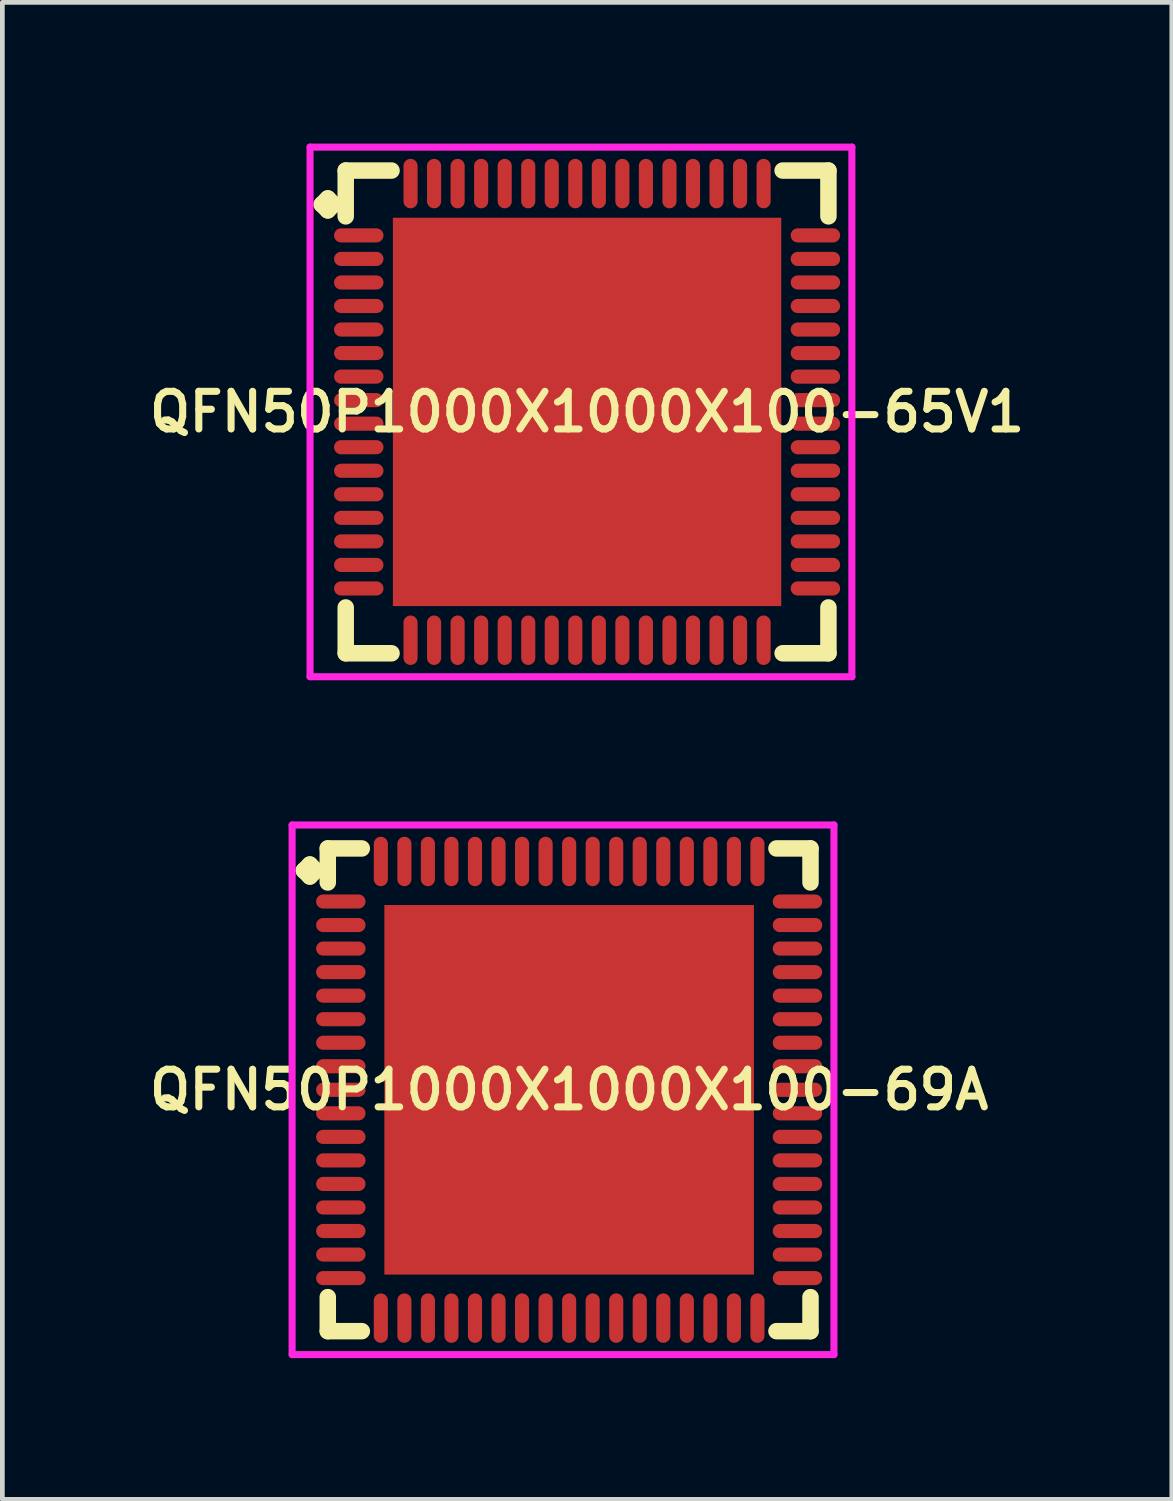
<source format=kicad_pcb>
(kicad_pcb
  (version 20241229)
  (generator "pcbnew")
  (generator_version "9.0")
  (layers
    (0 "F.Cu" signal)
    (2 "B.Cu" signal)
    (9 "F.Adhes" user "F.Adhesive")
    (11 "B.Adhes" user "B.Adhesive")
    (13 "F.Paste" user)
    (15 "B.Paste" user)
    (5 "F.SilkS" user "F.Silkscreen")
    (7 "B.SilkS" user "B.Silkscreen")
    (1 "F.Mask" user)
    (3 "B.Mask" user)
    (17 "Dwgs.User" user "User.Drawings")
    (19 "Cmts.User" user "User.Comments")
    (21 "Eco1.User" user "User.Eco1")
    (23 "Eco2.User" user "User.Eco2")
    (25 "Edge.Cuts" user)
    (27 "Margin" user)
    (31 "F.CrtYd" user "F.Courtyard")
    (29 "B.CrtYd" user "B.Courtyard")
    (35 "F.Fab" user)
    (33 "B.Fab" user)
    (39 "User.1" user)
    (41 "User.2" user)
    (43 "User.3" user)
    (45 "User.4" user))
  (footprint "QFN50P1000X1000X100-69A"
    (layer "F.Cu")
    (at 9.04 20.1)
    (property "Reference" "QFN50P1000X1000X100-69A" (at 0 0 0) (layer "F.SilkS") (effects (font (size 0.8 0.8) (thickness 0.15))))
    (attr smd)
    (fp_line (start -5.635 -4.658) (end -5.508 -4.785) (stroke (width 0.35) (type solid)) (layer "F.SilkS"))
    (fp_line (start -5.508 -4.785) (end -5.381 -4.658) (stroke (width 0.35) (type solid)) (layer "F.SilkS"))
    (fp_line (start -5.508 -4.531) (end -5.635 -4.658) (stroke (width 0.35) (type solid)) (layer "F.SilkS"))
    (fp_line (start -5.381 -4.658) (end -5.508 -4.531) (stroke (width 0.35) (type solid)) (layer "F.SilkS"))
    (fp_line (start -5.127 -5.127) (end -4.404 -5.127) (stroke (width 0.35) (type solid)) (layer "F.SilkS"))
    (fp_line (start -5.127 -4.404) (end -5.127 -5.127) (stroke (width 0.35) (type solid)) (layer "F.SilkS"))
    (fp_line (start -5.127 4.404) (end -5.127 5.127) (stroke (width 0.35) (type solid)) (layer "F.SilkS"))
    (fp_line (start -5.127 5.127) (end -4.404 5.127) (stroke (width 0.35) (type solid)) (layer "F.SilkS"))
    (fp_line (start 4.404 -5.127) (end 5.127 -5.127) (stroke (width 0.35) (type solid)) (layer "F.SilkS"))
    (fp_line (start 4.404 5.127) (end 5.127 5.127) (stroke (width 0.35) (type solid)) (layer "F.SilkS"))
    (fp_line (start 5.127 -5.127) (end 5.127 -4.404) (stroke (width 0.35) (type solid)) (layer "F.SilkS"))
    (fp_line (start 5.127 5.127) (end 5.127 4.404) (stroke (width 0.35) (type solid)) (layer "F.SilkS"))
    (fp_line (start -5.885 -5.625) (end 5.625 -5.625) (stroke (width 0.15) (type solid)) (layer "F.CrtYd"))
    (fp_line (start -5.885 5.625) (end -5.885 -5.625) (stroke (width 0.15) (type solid)) (layer "F.CrtYd"))
    (fp_line (start 5.625 -5.625) (end 5.625 5.625) (stroke (width 0.15) (type solid)) (layer "F.CrtYd"))
    (fp_line (start 5.625 5.625) (end -5.885 5.625) (stroke (width 0.15) (type solid)) (layer "F.CrtYd"))
    (pad "1" smd oval (at -4.85 -4) (size 1.05 0.3) (layers "F.Cu" "F.Mask" "F.Paste"))
    (pad "2" smd oval (at -4.85 -3.5) (size 1.05 0.3) (layers "F.Cu" "F.Mask" "F.Paste"))
    (pad "3" smd oval (at -4.85 -3) (size 1.05 0.3) (layers "F.Cu" "F.Mask" "F.Paste"))
    (pad "4" smd oval (at -4.85 -2.5) (size 1.05 0.3) (layers "F.Cu" "F.Mask" "F.Paste"))
    (pad "5" smd oval (at -4.85 -2) (size 1.05 0.3) (layers "F.Cu" "F.Mask" "F.Paste"))
    (pad "6" smd oval (at -4.85 -1.5) (size 1.05 0.3) (layers "F.Cu" "F.Mask" "F.Paste"))
    (pad "7" smd oval (at -4.85 -1) (size 1.05 0.3) (layers "F.Cu" "F.Mask" "F.Paste"))
    (pad "8" smd oval (at -4.85 -0.5) (size 1.05 0.3) (layers "F.Cu" "F.Mask" "F.Paste"))
    (pad "9" smd oval (at -4.85 0) (size 1.05 0.3) (layers "F.Cu" "F.Mask" "F.Paste"))
    (pad "10" smd oval (at -4.85 0.5) (size 1.05 0.3) (layers "F.Cu" "F.Mask" "F.Paste"))
    (pad "11" smd oval (at -4.85 1) (size 1.05 0.3) (layers "F.Cu" "F.Mask" "F.Paste"))
    (pad "12" smd oval (at -4.85 1.5) (size 1.05 0.3) (layers "F.Cu" "F.Mask" "F.Paste"))
    (pad "13" smd oval (at -4.85 2) (size 1.05 0.3) (layers "F.Cu" "F.Mask" "F.Paste"))
    (pad "14" smd oval (at -4.85 2.5) (size 1.05 0.3) (layers "F.Cu" "F.Mask" "F.Paste"))
    (pad "15" smd oval (at -4.85 3) (size 1.05 0.3) (layers "F.Cu" "F.Mask" "F.Paste"))
    (pad "16" smd oval (at -4.85 3.5) (size 1.05 0.3) (layers "F.Cu" "F.Mask" "F.Paste"))
    (pad "17" smd oval (at -4.85 4) (size 1.05 0.3) (layers "F.Cu" "F.Mask" "F.Paste"))
    (pad "18" smd oval (at -4 4.85) (size 0.3 1.05) (layers "F.Cu" "F.Mask" "F.Paste"))
    (pad "19" smd oval (at -3.5 4.85) (size 0.3 1.05) (layers "F.Cu" "F.Mask" "F.Paste"))
    (pad "20" smd oval (at -3 4.85) (size 0.3 1.05) (layers "F.Cu" "F.Mask" "F.Paste"))
    (pad "21" smd oval (at -2.5 4.85) (size 0.3 1.05) (layers "F.Cu" "F.Mask" "F.Paste"))
    (pad "22" smd oval (at -2 4.85) (size 0.3 1.05) (layers "F.Cu" "F.Mask" "F.Paste"))
    (pad "23" smd oval (at -1.5 4.85) (size 0.3 1.05) (layers "F.Cu" "F.Mask" "F.Paste"))
    (pad "24" smd oval (at -1 4.85) (size 0.3 1.05) (layers "F.Cu" "F.Mask" "F.Paste"))
    (pad "25" smd oval (at -0.5 4.85) (size 0.3 1.05) (layers "F.Cu" "F.Mask" "F.Paste"))
    (pad "26" smd oval (at 0 4.85) (size 0.3 1.05) (layers "F.Cu" "F.Mask" "F.Paste"))
    (pad "27" smd oval (at 0.5 4.85) (size 0.3 1.05) (layers "F.Cu" "F.Mask" "F.Paste"))
    (pad "28" smd oval (at 1 4.85) (size 0.3 1.05) (layers "F.Cu" "F.Mask" "F.Paste"))
    (pad "29" smd oval (at 1.5 4.85) (size 0.3 1.05) (layers "F.Cu" "F.Mask" "F.Paste"))
    (pad "30" smd oval (at 2 4.85) (size 0.3 1.05) (layers "F.Cu" "F.Mask" "F.Paste"))
    (pad "31" smd oval (at 2.5 4.85) (size 0.3 1.05) (layers "F.Cu" "F.Mask" "F.Paste"))
    (pad "32" smd oval (at 3 4.85) (size 0.3 1.05) (layers "F.Cu" "F.Mask" "F.Paste"))
    (pad "33" smd oval (at 3.5 4.85) (size 0.3 1.05) (layers "F.Cu" "F.Mask" "F.Paste"))
    (pad "34" smd oval (at 4 4.85) (size 0.3 1.05) (layers "F.Cu" "F.Mask" "F.Paste"))
    (pad "35" smd oval (at 4.85 4) (size 1.05 0.3) (layers "F.Cu" "F.Mask" "F.Paste"))
    (pad "36" smd oval (at 4.85 3.5) (size 1.05 0.3) (layers "F.Cu" "F.Mask" "F.Paste"))
    (pad "37" smd oval (at 4.85 3) (size 1.05 0.3) (layers "F.Cu" "F.Mask" "F.Paste"))
    (pad "38" smd oval (at 4.85 2.5) (size 1.05 0.3) (layers "F.Cu" "F.Mask" "F.Paste"))
    (pad "39" smd oval (at 4.85 2) (size 1.05 0.3) (layers "F.Cu" "F.Mask" "F.Paste"))
    (pad "40" smd oval (at 4.85 1.5) (size 1.05 0.3) (layers "F.Cu" "F.Mask" "F.Paste"))
    (pad "41" smd oval (at 4.85 1) (size 1.05 0.3) (layers "F.Cu" "F.Mask" "F.Paste"))
    (pad "42" smd oval (at 4.85 0.5) (size 1.05 0.3) (layers "F.Cu" "F.Mask" "F.Paste"))
    (pad "43" smd oval (at 4.85 0) (size 1.05 0.3) (layers "F.Cu" "F.Mask" "F.Paste"))
    (pad "44" smd oval (at 4.85 -0.5) (size 1.05 0.3) (layers "F.Cu" "F.Mask" "F.Paste"))
    (pad "45" smd oval (at 4.85 -1) (size 1.05 0.3) (layers "F.Cu" "F.Mask" "F.Paste"))
    (pad "46" smd oval (at 4.85 -1.5) (size 1.05 0.3) (layers "F.Cu" "F.Mask" "F.Paste"))
    (pad "47" smd oval (at 4.85 -2) (size 1.05 0.3) (layers "F.Cu" "F.Mask" "F.Paste"))
    (pad "48" smd oval (at 4.85 -2.5) (size 1.05 0.3) (layers "F.Cu" "F.Mask" "F.Paste"))
    (pad "49" smd oval (at 4.85 -3) (size 1.05 0.3) (layers "F.Cu" "F.Mask" "F.Paste"))
    (pad "50" smd oval (at 4.85 -3.5) (size 1.05 0.3) (layers "F.Cu" "F.Mask" "F.Paste"))
    (pad "51" smd oval (at 4.85 -4) (size 1.05 0.3) (layers "F.Cu" "F.Mask" "F.Paste"))
    (pad "52" smd oval (at 4 -4.85) (size 0.3 1.05) (layers "F.Cu" "F.Mask" "F.Paste"))
    (pad "53" smd oval (at 3.5 -4.85) (size 0.3 1.05) (layers "F.Cu" "F.Mask" "F.Paste"))
    (pad "54" smd oval (at 3 -4.85) (size 0.3 1.05) (layers "F.Cu" "F.Mask" "F.Paste"))
    (pad "55" smd oval (at 2.5 -4.85) (size 0.3 1.05) (layers "F.Cu" "F.Mask" "F.Paste"))
    (pad "56" smd oval (at 2 -4.85) (size 0.3 1.05) (layers "F.Cu" "F.Mask" "F.Paste"))
    (pad "57" smd oval (at 1.5 -4.85) (size 0.3 1.05) (layers "F.Cu" "F.Mask" "F.Paste"))
    (pad "58" smd oval (at 1 -4.85) (size 0.3 1.05) (layers "F.Cu" "F.Mask" "F.Paste"))
    (pad "59" smd oval (at 0.5 -4.85) (size 0.3 1.05) (layers "F.Cu" "F.Mask" "F.Paste"))
    (pad "60" smd oval (at 0 -4.85) (size 0.3 1.05) (layers "F.Cu" "F.Mask" "F.Paste"))
    (pad "61" smd oval (at -0.5 -4.85) (size 0.3 1.05) (layers "F.Cu" "F.Mask" "F.Paste"))
    (pad "62" smd oval (at -1 -4.85) (size 0.3 1.05) (layers "F.Cu" "F.Mask" "F.Paste"))
    (pad "63" smd oval (at -1.5 -4.85) (size 0.3 1.05) (layers "F.Cu" "F.Mask" "F.Paste"))
    (pad "64" smd oval (at -2 -4.85) (size 0.3 1.05) (layers "F.Cu" "F.Mask" "F.Paste"))
    (pad "65" smd oval (at -2.5 -4.85) (size 0.3 1.05) (layers "F.Cu" "F.Mask" "F.Paste"))
    (pad "66" smd oval (at -3 -4.85) (size 0.3 1.05) (layers "F.Cu" "F.Mask" "F.Paste"))
    (pad "67" smd oval (at -3.5 -4.85) (size 0.3 1.05) (layers "F.Cu" "F.Mask" "F.Paste"))
    (pad "68" smd oval (at -4 -4.85) (size 0.3 1.05) (layers "F.Cu" "F.Mask" "F.Paste"))
    (pad "69" smd rect (at 0 0) (size 7.85 7.85) (layers "F.Cu" "F.Mask" "F.Paste")))
  (footprint "QFN50P1000X1000X100-65V1"
    (layer "F.Cu")
    (at 9.421 5.7)
    (property "Reference" "QFN50P1000X1000X100-65V1" (at 0 0 0) (layer "F.SilkS") (effects (font (size 0.8 0.8) (thickness 0.15))))
    (attr smd)
    (fp_line (start -5.635 -4.408) (end -5.508 -4.535) (stroke (width 0.35) (type solid)) (layer "F.SilkS"))
    (fp_line (start -5.508 -4.535) (end -5.381 -4.408) (stroke (width 0.35) (type solid)) (layer "F.SilkS"))
    (fp_line (start -5.508 -4.281) (end -5.635 -4.408) (stroke (width 0.35) (type solid)) (layer "F.SilkS"))
    (fp_line (start -5.381 -4.408) (end -5.508 -4.281) (stroke (width 0.35) (type solid)) (layer "F.SilkS"))
    (fp_line (start -5.127 -5.127) (end -4.154 -5.127) (stroke (width 0.35) (type solid)) (layer "F.SilkS"))
    (fp_line (start -5.127 -4.154) (end -5.127 -5.127) (stroke (width 0.35) (type solid)) (layer "F.SilkS"))
    (fp_line (start -5.127 4.154) (end -5.127 5.127) (stroke (width 0.35) (type solid)) (layer "F.SilkS"))
    (fp_line (start -5.127 5.127) (end -4.154 5.127) (stroke (width 0.35) (type solid)) (layer "F.SilkS"))
    (fp_line (start 4.154 -5.127) (end 5.127 -5.127) (stroke (width 0.35) (type solid)) (layer "F.SilkS"))
    (fp_line (start 4.154 5.127) (end 5.127 5.127) (stroke (width 0.35) (type solid)) (layer "F.SilkS"))
    (fp_line (start 5.127 -5.127) (end 5.127 -4.154) (stroke (width 0.35) (type solid)) (layer "F.SilkS"))
    (fp_line (start 5.127 5.127) (end 5.127 4.154) (stroke (width 0.35) (type solid)) (layer "F.SilkS"))
    (fp_line (start -5.885 -5.625) (end 5.625 -5.625) (stroke (width 0.15) (type solid)) (layer "F.CrtYd"))
    (fp_line (start -5.885 5.625) (end -5.885 -5.625) (stroke (width 0.15) (type solid)) (layer "F.CrtYd"))
    (fp_line (start 5.625 -5.625) (end 5.625 5.625) (stroke (width 0.15) (type solid)) (layer "F.CrtYd"))
    (fp_line (start 5.625 5.625) (end -5.885 5.625) (stroke (width 0.15) (type solid)) (layer "F.CrtYd"))
    (pad "1" smd oval (at -4.85 -3.75) (size 1.05 0.3) (layers "F.Cu" "F.Mask" "F.Paste"))
    (pad "2" smd oval (at -4.85 -3.25) (size 1.05 0.3) (layers "F.Cu" "F.Mask" "F.Paste"))
    (pad "3" smd oval (at -4.85 -2.75) (size 1.05 0.3) (layers "F.Cu" "F.Mask" "F.Paste"))
    (pad "4" smd oval (at -4.85 -2.25) (size 1.05 0.3) (layers "F.Cu" "F.Mask" "F.Paste"))
    (pad "5" smd oval (at -4.85 -1.75) (size 1.05 0.3) (layers "F.Cu" "F.Mask" "F.Paste"))
    (pad "6" smd oval (at -4.85 -1.25) (size 1.05 0.3) (layers "F.Cu" "F.Mask" "F.Paste"))
    (pad "7" smd oval (at -4.85 -0.75) (size 1.05 0.3) (layers "F.Cu" "F.Mask" "F.Paste"))
    (pad "8" smd oval (at -4.85 -0.25) (size 1.05 0.3) (layers "F.Cu" "F.Mask" "F.Paste"))
    (pad "9" smd oval (at -4.85 0.25) (size 1.05 0.3) (layers "F.Cu" "F.Mask" "F.Paste"))
    (pad "10" smd oval (at -4.85 0.75) (size 1.05 0.3) (layers "F.Cu" "F.Mask" "F.Paste"))
    (pad "11" smd oval (at -4.85 1.25) (size 1.05 0.3) (layers "F.Cu" "F.Mask" "F.Paste"))
    (pad "12" smd oval (at -4.85 1.75) (size 1.05 0.3) (layers "F.Cu" "F.Mask" "F.Paste"))
    (pad "13" smd oval (at -4.85 2.25) (size 1.05 0.3) (layers "F.Cu" "F.Mask" "F.Paste"))
    (pad "14" smd oval (at -4.85 2.75) (size 1.05 0.3) (layers "F.Cu" "F.Mask" "F.Paste"))
    (pad "15" smd oval (at -4.85 3.25) (size 1.05 0.3) (layers "F.Cu" "F.Mask" "F.Paste"))
    (pad "16" smd oval (at -4.85 3.75) (size 1.05 0.3) (layers "F.Cu" "F.Mask" "F.Paste"))
    (pad "17" smd oval (at -3.75 4.85) (size 0.3 1.05) (layers "F.Cu" "F.Mask" "F.Paste"))
    (pad "18" smd oval (at -3.25 4.85) (size 0.3 1.05) (layers "F.Cu" "F.Mask" "F.Paste"))
    (pad "19" smd oval (at -2.75 4.85) (size 0.3 1.05) (layers "F.Cu" "F.Mask" "F.Paste"))
    (pad "20" smd oval (at -2.25 4.85) (size 0.3 1.05) (layers "F.Cu" "F.Mask" "F.Paste"))
    (pad "21" smd oval (at -1.75 4.85) (size 0.3 1.05) (layers "F.Cu" "F.Mask" "F.Paste"))
    (pad "22" smd oval (at -1.25 4.85) (size 0.3 1.05) (layers "F.Cu" "F.Mask" "F.Paste"))
    (pad "23" smd oval (at -0.75 4.85) (size 0.3 1.05) (layers "F.Cu" "F.Mask" "F.Paste"))
    (pad "24" smd oval (at -0.25 4.85) (size 0.3 1.05) (layers "F.Cu" "F.Mask" "F.Paste"))
    (pad "25" smd oval (at 0.25 4.85) (size 0.3 1.05) (layers "F.Cu" "F.Mask" "F.Paste"))
    (pad "26" smd oval (at 0.75 4.85) (size 0.3 1.05) (layers "F.Cu" "F.Mask" "F.Paste"))
    (pad "27" smd oval (at 1.25 4.85) (size 0.3 1.05) (layers "F.Cu" "F.Mask" "F.Paste"))
    (pad "28" smd oval (at 1.75 4.85) (size 0.3 1.05) (layers "F.Cu" "F.Mask" "F.Paste"))
    (pad "29" smd oval (at 2.25 4.85) (size 0.3 1.05) (layers "F.Cu" "F.Mask" "F.Paste"))
    (pad "30" smd oval (at 2.75 4.85) (size 0.3 1.05) (layers "F.Cu" "F.Mask" "F.Paste"))
    (pad "31" smd oval (at 3.25 4.85) (size 0.3 1.05) (layers "F.Cu" "F.Mask" "F.Paste"))
    (pad "32" smd oval (at 3.75 4.85) (size 0.3 1.05) (layers "F.Cu" "F.Mask" "F.Paste"))
    (pad "33" smd oval (at 4.85 3.75) (size 1.05 0.3) (layers "F.Cu" "F.Mask" "F.Paste"))
    (pad "34" smd oval (at 4.85 3.25) (size 1.05 0.3) (layers "F.Cu" "F.Mask" "F.Paste"))
    (pad "35" smd oval (at 4.85 2.75) (size 1.05 0.3) (layers "F.Cu" "F.Mask" "F.Paste"))
    (pad "36" smd oval (at 4.85 2.25) (size 1.05 0.3) (layers "F.Cu" "F.Mask" "F.Paste"))
    (pad "37" smd oval (at 4.85 1.75) (size 1.05 0.3) (layers "F.Cu" "F.Mask" "F.Paste"))
    (pad "38" smd oval (at 4.85 1.25) (size 1.05 0.3) (layers "F.Cu" "F.Mask" "F.Paste"))
    (pad "39" smd oval (at 4.85 0.75) (size 1.05 0.3) (layers "F.Cu" "F.Mask" "F.Paste"))
    (pad "40" smd oval (at 4.85 0.25) (size 1.05 0.3) (layers "F.Cu" "F.Mask" "F.Paste"))
    (pad "41" smd oval (at 4.85 -0.25) (size 1.05 0.3) (layers "F.Cu" "F.Mask" "F.Paste"))
    (pad "42" smd oval (at 4.85 -0.75) (size 1.05 0.3) (layers "F.Cu" "F.Mask" "F.Paste"))
    (pad "43" smd oval (at 4.85 -1.25) (size 1.05 0.3) (layers "F.Cu" "F.Mask" "F.Paste"))
    (pad "44" smd oval (at 4.85 -1.75) (size 1.05 0.3) (layers "F.Cu" "F.Mask" "F.Paste"))
    (pad "45" smd oval (at 4.85 -2.25) (size 1.05 0.3) (layers "F.Cu" "F.Mask" "F.Paste"))
    (pad "46" smd oval (at 4.85 -2.75) (size 1.05 0.3) (layers "F.Cu" "F.Mask" "F.Paste"))
    (pad "47" smd oval (at 4.85 -3.25) (size 1.05 0.3) (layers "F.Cu" "F.Mask" "F.Paste"))
    (pad "48" smd oval (at 4.85 -3.75) (size 1.05 0.3) (layers "F.Cu" "F.Mask" "F.Paste"))
    (pad "49" smd oval (at 3.75 -4.85) (size 0.3 1.05) (layers "F.Cu" "F.Mask" "F.Paste"))
    (pad "50" smd oval (at 3.25 -4.85) (size 0.3 1.05) (layers "F.Cu" "F.Mask" "F.Paste"))
    (pad "51" smd oval (at 2.75 -4.85) (size 0.3 1.05) (layers "F.Cu" "F.Mask" "F.Paste"))
    (pad "52" smd oval (at 2.25 -4.85) (size 0.3 1.05) (layers "F.Cu" "F.Mask" "F.Paste"))
    (pad "53" smd oval (at 1.75 -4.85) (size 0.3 1.05) (layers "F.Cu" "F.Mask" "F.Paste"))
    (pad "54" smd oval (at 1.25 -4.85) (size 0.3 1.05) (layers "F.Cu" "F.Mask" "F.Paste"))
    (pad "55" smd oval (at 0.75 -4.85) (size 0.3 1.05) (layers "F.Cu" "F.Mask" "F.Paste"))
    (pad "56" smd oval (at 0.25 -4.85) (size 0.3 1.05) (layers "F.Cu" "F.Mask" "F.Paste"))
    (pad "57" smd oval (at -0.25 -4.85) (size 0.3 1.05) (layers "F.Cu" "F.Mask" "F.Paste"))
    (pad "58" smd oval (at -0.75 -4.85) (size 0.3 1.05) (layers "F.Cu" "F.Mask" "F.Paste"))
    (pad "59" smd oval (at -1.25 -4.85) (size 0.3 1.05) (layers "F.Cu" "F.Mask" "F.Paste"))
    (pad "60" smd oval (at -1.75 -4.85) (size 0.3 1.05) (layers "F.Cu" "F.Mask" "F.Paste"))
    (pad "61" smd oval (at -2.25 -4.85) (size 0.3 1.05) (layers "F.Cu" "F.Mask" "F.Paste"))
    (pad "62" smd oval (at -2.75 -4.85) (size 0.3 1.05) (layers "F.Cu" "F.Mask" "F.Paste"))
    (pad "63" smd oval (at -3.25 -4.85) (size 0.3 1.05) (layers "F.Cu" "F.Mask" "F.Paste"))
    (pad "64" smd oval (at -3.75 -4.85) (size 0.3 1.05) (layers "F.Cu" "F.Mask" "F.Paste"))
    (pad "65" smd rect (at 0 0) (size 8.25 8.25) (layers "F.Cu" "F.Mask" "F.Paste")))
  (gr_rect
    (start -3 -3)
    (end 21.842 28.8)
    (stroke (width 0.1) (type default))
    (fill no)
    (layer "Edge.Cuts")))
</source>
